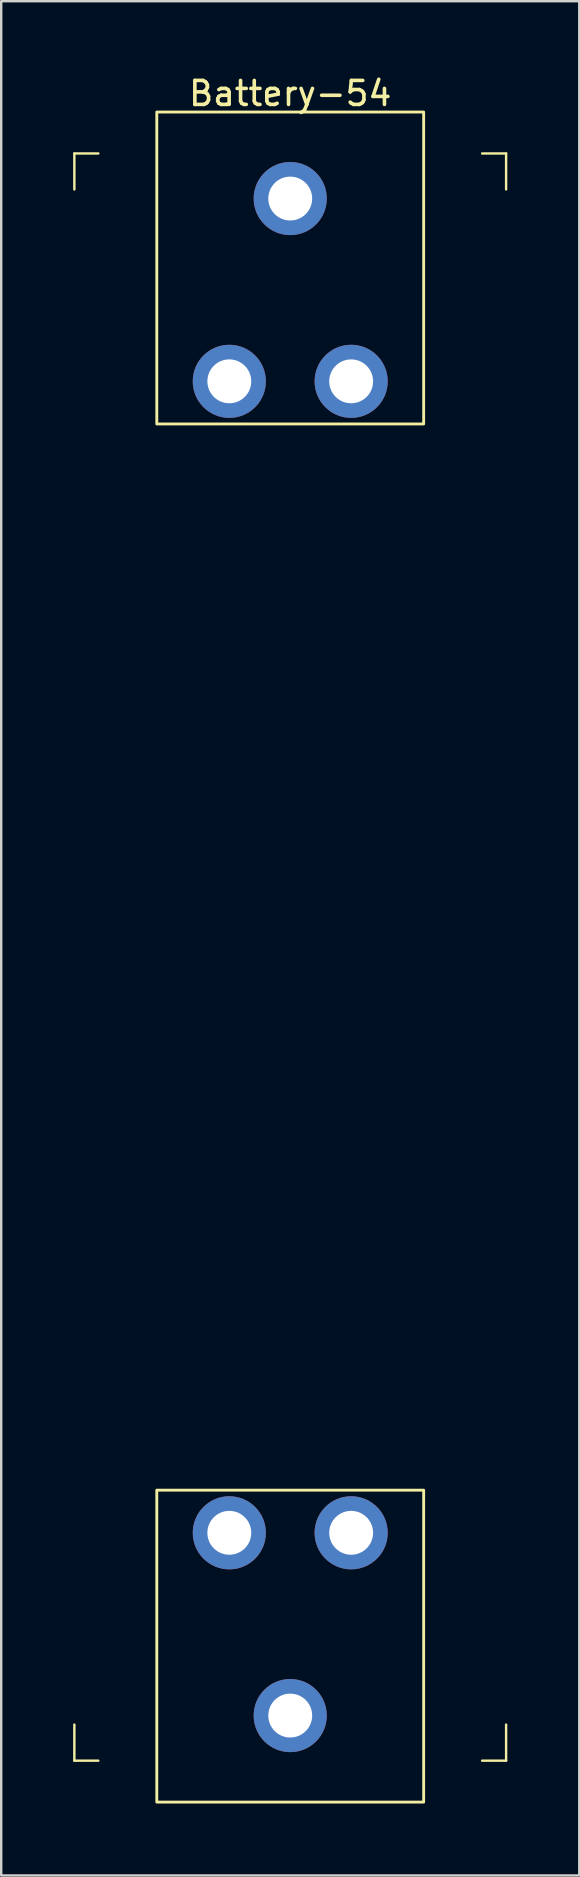
<source format=kicad_pcb>
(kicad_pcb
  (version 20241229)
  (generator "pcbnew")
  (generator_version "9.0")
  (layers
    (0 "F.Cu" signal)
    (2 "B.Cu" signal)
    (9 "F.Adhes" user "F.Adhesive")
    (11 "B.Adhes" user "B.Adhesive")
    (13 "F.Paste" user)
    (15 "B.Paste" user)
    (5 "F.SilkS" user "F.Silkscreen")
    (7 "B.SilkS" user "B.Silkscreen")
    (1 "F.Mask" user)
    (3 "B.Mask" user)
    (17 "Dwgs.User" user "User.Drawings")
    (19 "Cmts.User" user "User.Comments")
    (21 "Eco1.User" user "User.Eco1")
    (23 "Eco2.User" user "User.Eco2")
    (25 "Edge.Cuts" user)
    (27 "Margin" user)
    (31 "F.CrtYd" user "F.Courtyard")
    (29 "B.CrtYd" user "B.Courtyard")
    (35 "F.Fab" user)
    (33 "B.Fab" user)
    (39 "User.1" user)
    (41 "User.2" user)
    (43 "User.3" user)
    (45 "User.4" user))
  (footprint "Battery-54"
    (layer "F.Cu")
    (at 9.05 12.848)
    (property "Reference" "Battery-54" (at 0 -12 0) (unlocked yes) (layer "F.SilkS") (effects (font (size 1 1) (thickness 0.15))))
    (attr through_hole)
    (fp_line (start -9 -9.5) (end -8 -9.5) (stroke (width 0.1) (type solid)) (layer "F.SilkS"))
    (fp_line (start -9 -8) (end -9 -9.5) (stroke (width 0.1) (type solid)) (layer "F.SilkS"))
    (fp_line (start -9 57.506) (end -9 56) (stroke (width 0.1) (type solid)) (layer "F.SilkS"))
    (fp_line (start -8 57.506) (end -9 57.506) (stroke (width 0.1) (type solid)) (layer "F.SilkS"))
    (fp_line (start 8 -9.5) (end 9 -9.5) (stroke (width 0.1) (type solid)) (layer "F.SilkS"))
    (fp_line (start 9 -9.5) (end 9 -8) (stroke (width 0.1) (type solid)) (layer "F.SilkS"))
    (fp_line (start 9 56) (end 9 57.506) (stroke (width 0.1) (type solid)) (layer "F.SilkS"))
    (fp_line (start 9 57.506) (end 8 57.506) (stroke (width 0.1) (type solid)) (layer "F.SilkS"))
    (fp_rect (start 5.563 -11.227) (end -5.563 1.778) (stroke (width 0.12) (type solid)) (fill no) (layer "F.SilkS"))
    (fp_rect (start 5.563 46.228) (end -5.563 59.233) (stroke (width 0.12) (type solid)) (fill no) (layer "F.SilkS"))
    (pad "1" thru_hole circle (at -2.54 0) (size 3.048 3.048) (drill 1.829) (layers "*.Cu" "*.Mask"))
    (pad "1" thru_hole circle (at 0 -7.62) (size 3.048 3.048) (drill 1.829) (layers "*.Cu" "*.Mask"))
    (pad "1" thru_hole circle (at 2.54 0) (size 3.048 3.048) (drill 1.829) (layers "*.Cu" "*.Mask"))
    (pad "2" thru_hole circle (at -2.54 48.006) (size 3.048 3.048) (drill 1.829) (layers "*.Cu" "*.Mask"))
    (pad "2" thru_hole circle (at 0 55.626) (size 3.048 3.048) (drill 1.829) (layers "*.Cu" "*.Mask"))
    (pad "2" thru_hole circle (at 2.54 48.006) (size 3.048 3.048) (drill 1.829) (layers "*.Cu" "*.Mask")))
  (gr_rect
    (start -3 -3)
    (end 21.1 75.141)
    (stroke (width 0.1) (type default))
    (fill no)
    (layer "Edge.Cuts")))
</source>
